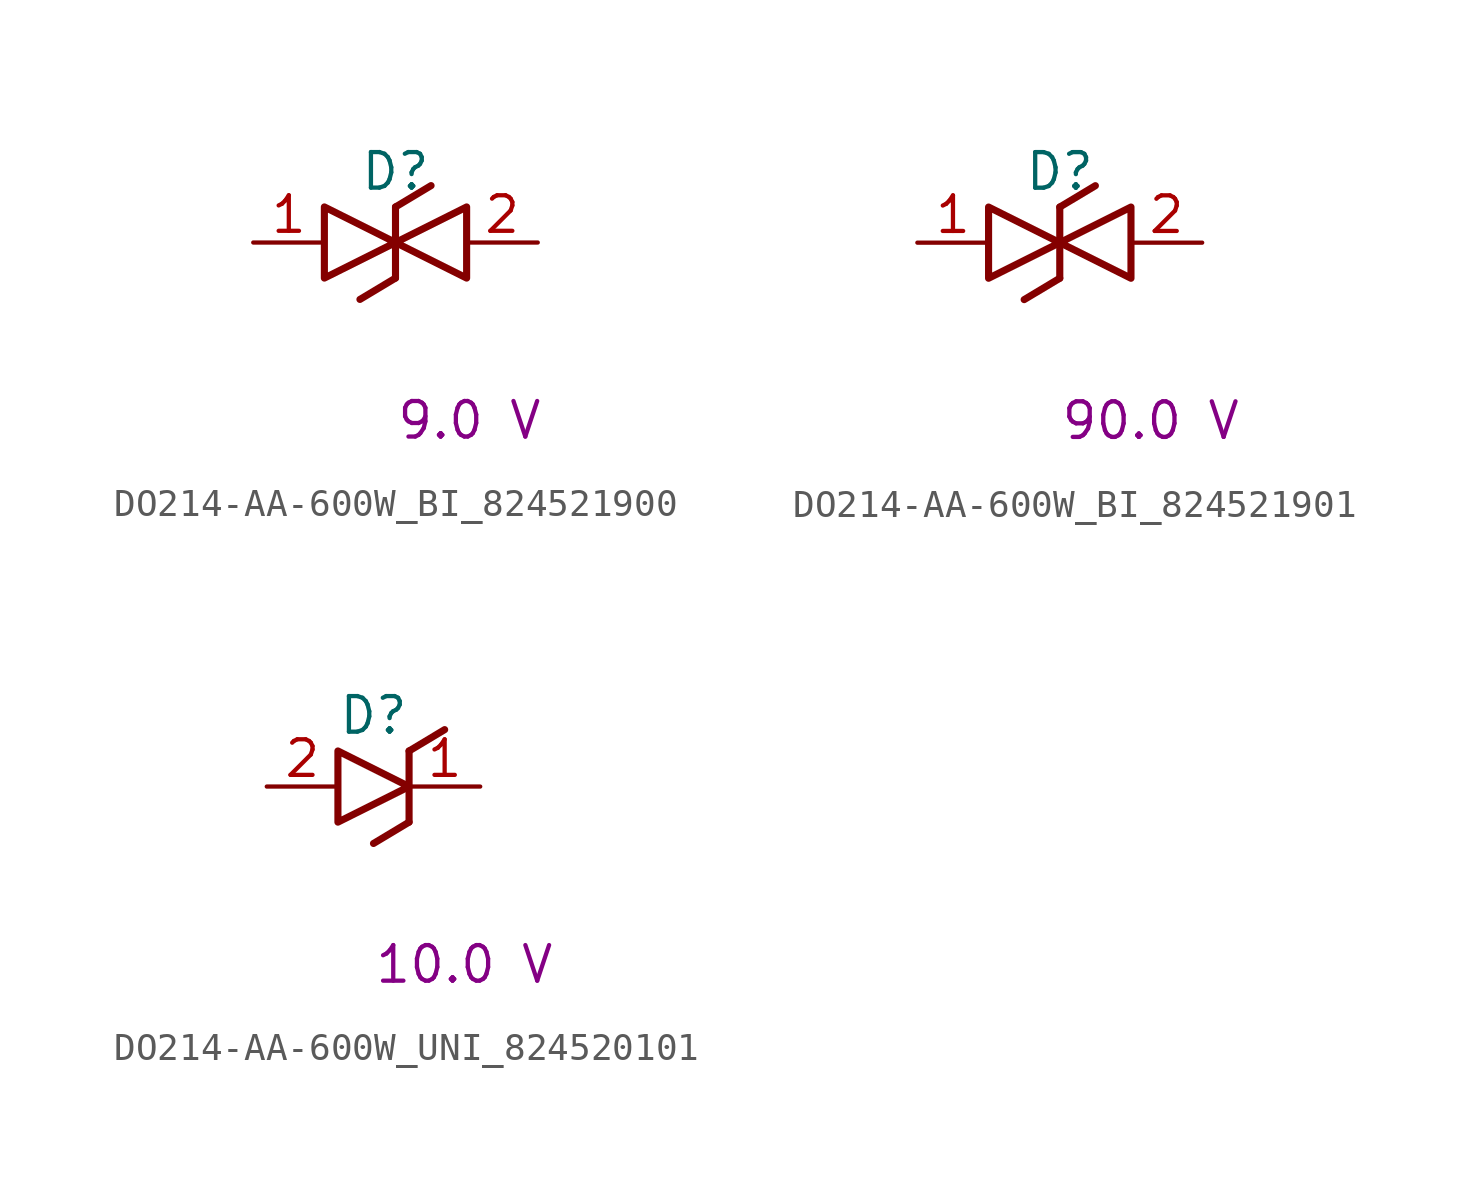
<source format=kicad_sym>
(kicad_symbol_lib
  (version 20220914)
  (generator kicad_symbol_editor)
  (symbol "DO214-AA-600W_BI_824521900"
    (pin_names hide)
    (property "Reference" "D"
      (at 0 2.54 0)
      (effects (font (size 1.27 1.27))))
    (property "Critical Parameter" "9.0 V"
      (at 0 -6.35 0)
      (effects (font (size 1.27 1.27)) (justify left)))
    (symbol "DO214-AA-600W_BI_824521900_0_1"
      (polyline (pts (xy -2.54 1.27) (xy -2.54 -1.27) (xy 2.54 1.27) (xy 2.54 -1.27) (xy -2.54 1.27)) (stroke (width 0.254) (type default)) (fill (type none))))
    (symbol "DO214-AA-600W_BI_824521900_1_1"
      (polyline (pts (xy 0 -1.27) (xy -1.27 -2.032)) (stroke (width 0.254) (type default)) (fill (type none)))
      (polyline (pts (xy 0 1.27) (xy 0 -1.27)) (stroke (width 0.254) (type default)) (fill (type none)))
      (polyline (pts (xy 0 1.27) (xy 1.27 2.032)) (stroke (width 0.254) (type default)) (fill (type none)))
      (pin passive line (at -5.08 0 0) (length 2.54) (name "1" (effects (font (size 1.27 1.27)))) (number "1" (effects (font (size 1.27 1.27)))))
      (pin passive line (at 5.08 0 180) (length 2.54) (name "2" (effects (font (size 1.27 1.27)))) (number "2" (effects (font (size 1.27 1.27)))))))
  (symbol "DO214-AA-600W_BI_824521901"
    (pin_names hide)
    (property "Reference" "D"
      (at 0 2.54 0)
      (effects (font (size 1.27 1.27))))
    (property "Critical Parameter" "90.0 V"
      (at 0 -6.35 0)
      (effects (font (size 1.27 1.27)) (justify left)))
    (symbol "DO214-AA-600W_BI_824521901_0_1"
      (polyline (pts (xy -2.54 1.27) (xy -2.54 -1.27) (xy 2.54 1.27) (xy 2.54 -1.27) (xy -2.54 1.27)) (stroke (width 0.254) (type default)) (fill (type none))))
    (symbol "DO214-AA-600W_BI_824521901_1_1"
      (polyline (pts (xy 0 -1.27) (xy -1.27 -2.032)) (stroke (width 0.254) (type default)) (fill (type none)))
      (polyline (pts (xy 0 1.27) (xy 0 -1.27)) (stroke (width 0.254) (type default)) (fill (type none)))
      (polyline (pts (xy 0 1.27) (xy 1.27 2.032)) (stroke (width 0.254) (type default)) (fill (type none)))
      (pin passive line (at -5.08 0 0) (length 2.54) (name "1" (effects (font (size 1.27 1.27)))) (number "1" (effects (font (size 1.27 1.27)))))
      (pin passive line (at 5.08 0 180) (length 2.54) (name "2" (effects (font (size 1.27 1.27)))) (number "2" (effects (font (size 1.27 1.27)))))))
  (symbol "DO214-AA-600W_UNI_824520101"
    (pin_names hide)
    (property "Reference" "D"
      (at 0 2.54 0)
      (effects (font (size 1.27 1.27))))
    (property "Critical Parameter" "10.0 V"
      (at 0 -6.35 0)
      (effects (font (size 1.27 1.27)) (justify left)))
    (symbol "DO214-AA-600W_UNI_824520101_1_1"
      (polyline (pts (xy 1.27 -1.27) (xy 0 -2.032)) (stroke (width 0.254) (type default)) (fill (type none)))
      (polyline (pts (xy 1.27 1.27) (xy 1.27 -1.27)) (stroke (width 0.254) (type default)) (fill (type none)))
      (polyline (pts (xy 1.27 1.27) (xy 2.54 2.032)) (stroke (width 0.254) (type default)) (fill (type none)))
      (polyline (pts (xy -1.27 1.27) (xy -1.27 -1.27) (xy 1.27 0) (xy -1.27 1.27)) (stroke (width 0.254) (type default)) (fill (type none)))
      (pin passive line (at -3.81 0 0) (length 2.54) (name "Anode" (effects (font (size 1.27 1.27)))) (number "2" (effects (font (size 1.27 1.27)))))
      (pin passive line (at 3.81 0 180) (length 2.54) (name "Cathode" (effects (font (size 1.27 1.27)))) (number "1" (effects (font (size 1.27 1.27))))))))
</source>
